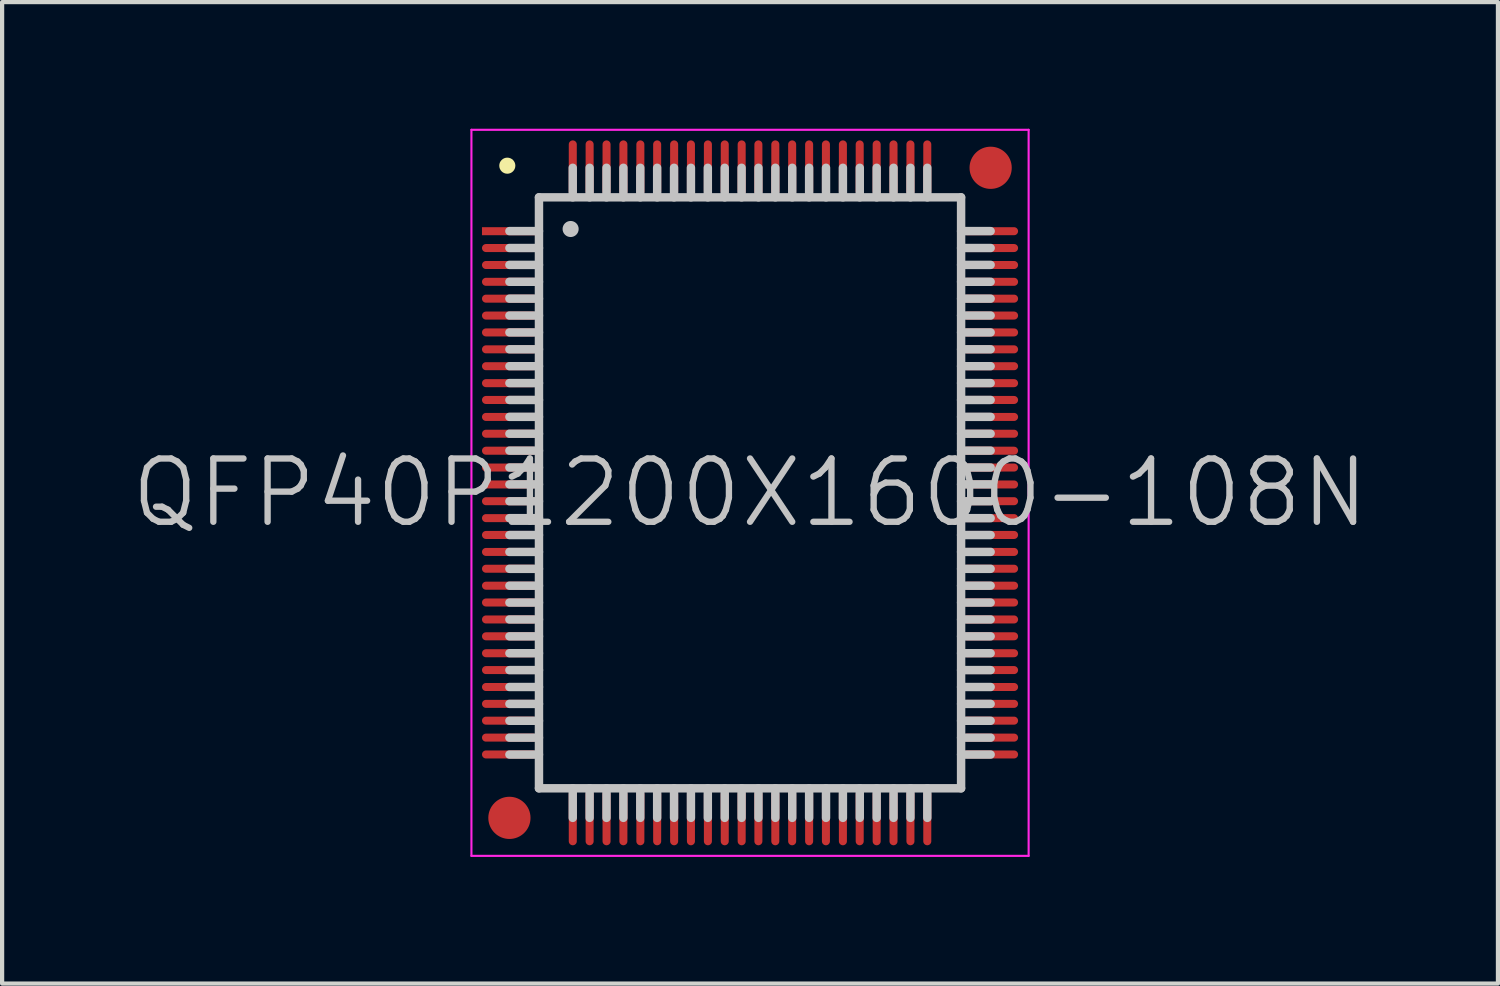
<source format=kicad_pcb>
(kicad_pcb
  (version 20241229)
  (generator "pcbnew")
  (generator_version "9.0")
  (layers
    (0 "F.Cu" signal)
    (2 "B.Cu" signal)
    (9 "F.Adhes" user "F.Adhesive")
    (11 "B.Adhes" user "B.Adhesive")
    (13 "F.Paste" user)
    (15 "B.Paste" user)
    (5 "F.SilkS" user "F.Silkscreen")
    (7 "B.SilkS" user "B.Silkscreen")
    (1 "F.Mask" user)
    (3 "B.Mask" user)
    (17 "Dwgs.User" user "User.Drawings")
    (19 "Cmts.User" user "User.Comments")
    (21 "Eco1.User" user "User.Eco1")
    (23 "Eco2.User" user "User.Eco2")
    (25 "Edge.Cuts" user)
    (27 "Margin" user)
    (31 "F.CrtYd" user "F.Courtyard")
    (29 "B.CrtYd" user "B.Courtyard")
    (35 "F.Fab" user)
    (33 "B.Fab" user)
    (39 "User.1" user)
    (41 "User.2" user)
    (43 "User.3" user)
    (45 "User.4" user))
  (footprint "QFP40P1200X1600-108N"
    (layer "F.Cu")
    (at 14.718 8.625)
    (property "Reference" "QFP40P1200X1600-108N" (at 0 0 0) (layer "Dwgs.User") (effects (font (size 1.5 1.5) (thickness 0.15))))
    (attr smd)
    (fp_line (start -5.75 -7.75) (end -5.75 -7.75) (stroke (width 0.381) (type solid)) (layer "F.SilkS"))
    (fp_line (start -5 -7) (end -5 7) (stroke (width 0.2) (type solid)) (layer "Dwgs.User"))
    (fp_line (start -5 -7) (end 5 -7) (stroke (width 0.2) (type solid)) (layer "Dwgs.User"))
    (fp_line (start -5 -6.2) (end -5.7 -6.2) (stroke (width 0.2) (type solid)) (layer "Dwgs.User"))
    (fp_line (start -5 -5.8) (end -5.7 -5.8) (stroke (width 0.2) (type solid)) (layer "Dwgs.User"))
    (fp_line (start -5 -5.4) (end -5.7 -5.4) (stroke (width 0.2) (type solid)) (layer "Dwgs.User"))
    (fp_line (start -5 -5) (end -5.7 -5) (stroke (width 0.2) (type solid)) (layer "Dwgs.User"))
    (fp_line (start -5 -4.6) (end -5.7 -4.6) (stroke (width 0.2) (type solid)) (layer "Dwgs.User"))
    (fp_line (start -5 -4.2) (end -5.7 -4.2) (stroke (width 0.2) (type solid)) (layer "Dwgs.User"))
    (fp_line (start -5 -3.8) (end -5.7 -3.8) (stroke (width 0.2) (type solid)) (layer "Dwgs.User"))
    (fp_line (start -5 -3.4) (end -5.7 -3.4) (stroke (width 0.2) (type solid)) (layer "Dwgs.User"))
    (fp_line (start -5 -3) (end -5.7 -3) (stroke (width 0.2) (type solid)) (layer "Dwgs.User"))
    (fp_line (start -5 -2.6) (end -5.7 -2.6) (stroke (width 0.2) (type solid)) (layer "Dwgs.User"))
    (fp_line (start -5 -2.2) (end -5.7 -2.2) (stroke (width 0.2) (type solid)) (layer "Dwgs.User"))
    (fp_line (start -5 -1.8) (end -5.7 -1.8) (stroke (width 0.2) (type solid)) (layer "Dwgs.User"))
    (fp_line (start -5 -1.4) (end -5.7 -1.4) (stroke (width 0.2) (type solid)) (layer "Dwgs.User"))
    (fp_line (start -5 -1) (end -5.7 -1) (stroke (width 0.2) (type solid)) (layer "Dwgs.User"))
    (fp_line (start -5 -0.6) (end -5.7 -0.6) (stroke (width 0.2) (type solid)) (layer "Dwgs.User"))
    (fp_line (start -5 -0.2) (end -5.7 -0.2) (stroke (width 0.2) (type solid)) (layer "Dwgs.User"))
    (fp_line (start -5 0.2) (end -5.7 0.2) (stroke (width 0.2) (type solid)) (layer "Dwgs.User"))
    (fp_line (start -5 0.6) (end -5.7 0.6) (stroke (width 0.2) (type solid)) (layer "Dwgs.User"))
    (fp_line (start -5 1) (end -5.7 1) (stroke (width 0.2) (type solid)) (layer "Dwgs.User"))
    (fp_line (start -5 1.4) (end -5.7 1.4) (stroke (width 0.2) (type solid)) (layer "Dwgs.User"))
    (fp_line (start -5 1.8) (end -5.7 1.8) (stroke (width 0.2) (type solid)) (layer "Dwgs.User"))
    (fp_line (start -5 2.2) (end -5.7 2.2) (stroke (width 0.2) (type solid)) (layer "Dwgs.User"))
    (fp_line (start -5 2.6) (end -5.7 2.6) (stroke (width 0.2) (type solid)) (layer "Dwgs.User"))
    (fp_line (start -5 3) (end -5.7 3) (stroke (width 0.2) (type solid)) (layer "Dwgs.User"))
    (fp_line (start -5 3.4) (end -5.7 3.4) (stroke (width 0.2) (type solid)) (layer "Dwgs.User"))
    (fp_line (start -5 3.8) (end -5.7 3.8) (stroke (width 0.2) (type solid)) (layer "Dwgs.User"))
    (fp_line (start -5 4.2) (end -5.7 4.2) (stroke (width 0.2) (type solid)) (layer "Dwgs.User"))
    (fp_line (start -5 4.6) (end -5.7 4.6) (stroke (width 0.2) (type solid)) (layer "Dwgs.User"))
    (fp_line (start -5 5) (end -5.7 5) (stroke (width 0.2) (type solid)) (layer "Dwgs.User"))
    (fp_line (start -5 5.4) (end -5.7 5.4) (stroke (width 0.2) (type solid)) (layer "Dwgs.User"))
    (fp_line (start -5 5.8) (end -5.7 5.8) (stroke (width 0.2) (type solid)) (layer "Dwgs.User"))
    (fp_line (start -5 6.2) (end -5.7 6.2) (stroke (width 0.2) (type solid)) (layer "Dwgs.User"))
    (fp_line (start -5 7) (end 5 7) (stroke (width 0.2) (type solid)) (layer "Dwgs.User"))
    (fp_line (start -4.25 -6.25) (end -4.25 -6.25) (stroke (width 0.381) (type solid)) (layer "Dwgs.User"))
    (fp_line (start -4.2 -7) (end -4.2 -7.7) (stroke (width 0.2) (type solid)) (layer "Dwgs.User"))
    (fp_line (start -4.2 7.7) (end -4.2 7) (stroke (width 0.2) (type solid)) (layer "Dwgs.User"))
    (fp_line (start -3.8 -7) (end -3.8 -7.7) (stroke (width 0.2) (type solid)) (layer "Dwgs.User"))
    (fp_line (start -3.8 7.7) (end -3.8 7) (stroke (width 0.2) (type solid)) (layer "Dwgs.User"))
    (fp_line (start -3.4 -7) (end -3.4 -7.7) (stroke (width 0.2) (type solid)) (layer "Dwgs.User"))
    (fp_line (start -3.4 7.7) (end -3.4 7) (stroke (width 0.2) (type solid)) (layer "Dwgs.User"))
    (fp_line (start -3 -7) (end -3 -7.7) (stroke (width 0.2) (type solid)) (layer "Dwgs.User"))
    (fp_line (start -3 7.7) (end -3 7) (stroke (width 0.2) (type solid)) (layer "Dwgs.User"))
    (fp_line (start -2.6 -7) (end -2.6 -7.7) (stroke (width 0.2) (type solid)) (layer "Dwgs.User"))
    (fp_line (start -2.6 7.7) (end -2.6 7) (stroke (width 0.2) (type solid)) (layer "Dwgs.User"))
    (fp_line (start -2.2 -7) (end -2.2 -7.7) (stroke (width 0.2) (type solid)) (layer "Dwgs.User"))
    (fp_line (start -2.2 7.7) (end -2.2 7) (stroke (width 0.2) (type solid)) (layer "Dwgs.User"))
    (fp_line (start -1.8 -7) (end -1.8 -7.7) (stroke (width 0.2) (type solid)) (layer "Dwgs.User"))
    (fp_line (start -1.8 7.7) (end -1.8 7) (stroke (width 0.2) (type solid)) (layer "Dwgs.User"))
    (fp_line (start -1.4 -7) (end -1.4 -7.7) (stroke (width 0.2) (type solid)) (layer "Dwgs.User"))
    (fp_line (start -1.4 7.7) (end -1.4 7) (stroke (width 0.2) (type solid)) (layer "Dwgs.User"))
    (fp_line (start -1 -7) (end -1 -7.7) (stroke (width 0.2) (type solid)) (layer "Dwgs.User"))
    (fp_line (start -1 7.7) (end -1 7) (stroke (width 0.2) (type solid)) (layer "Dwgs.User"))
    (fp_line (start -0.6 -7) (end -0.6 -7.7) (stroke (width 0.2) (type solid)) (layer "Dwgs.User"))
    (fp_line (start -0.6 7.7) (end -0.6 7) (stroke (width 0.2) (type solid)) (layer "Dwgs.User"))
    (fp_line (start -0.2 -7) (end -0.2 -7.7) (stroke (width 0.2) (type solid)) (layer "Dwgs.User"))
    (fp_line (start -0.2 7.7) (end -0.2 7) (stroke (width 0.2) (type solid)) (layer "Dwgs.User"))
    (fp_line (start 0.2 -7) (end 0.2 -7.7) (stroke (width 0.2) (type solid)) (layer "Dwgs.User"))
    (fp_line (start 0.2 7.7) (end 0.2 7) (stroke (width 0.2) (type solid)) (layer "Dwgs.User"))
    (fp_line (start 0.6 -7) (end 0.6 -7.7) (stroke (width 0.2) (type solid)) (layer "Dwgs.User"))
    (fp_line (start 0.6 7.7) (end 0.6 7) (stroke (width 0.2) (type solid)) (layer "Dwgs.User"))
    (fp_line (start 1 -7) (end 1 -7.7) (stroke (width 0.2) (type solid)) (layer "Dwgs.User"))
    (fp_line (start 1 7.7) (end 1 7) (stroke (width 0.2) (type solid)) (layer "Dwgs.User"))
    (fp_line (start 1.4 -7) (end 1.4 -7.7) (stroke (width 0.2) (type solid)) (layer "Dwgs.User"))
    (fp_line (start 1.4 7.7) (end 1.4 7) (stroke (width 0.2) (type solid)) (layer "Dwgs.User"))
    (fp_line (start 1.8 -7) (end 1.8 -7.7) (stroke (width 0.2) (type solid)) (layer "Dwgs.User"))
    (fp_line (start 1.8 7.7) (end 1.8 7) (stroke (width 0.2) (type solid)) (layer "Dwgs.User"))
    (fp_line (start 2.2 -7) (end 2.2 -7.7) (stroke (width 0.2) (type solid)) (layer "Dwgs.User"))
    (fp_line (start 2.2 7.7) (end 2.2 7) (stroke (width 0.2) (type solid)) (layer "Dwgs.User"))
    (fp_line (start 2.6 -7) (end 2.6 -7.7) (stroke (width 0.2) (type solid)) (layer "Dwgs.User"))
    (fp_line (start 2.6 7.7) (end 2.6 7) (stroke (width 0.2) (type solid)) (layer "Dwgs.User"))
    (fp_line (start 3 -7) (end 3 -7.7) (stroke (width 0.2) (type solid)) (layer "Dwgs.User"))
    (fp_line (start 3 7.7) (end 3 7) (stroke (width 0.2) (type solid)) (layer "Dwgs.User"))
    (fp_line (start 3.4 -7) (end 3.4 -7.7) (stroke (width 0.2) (type solid)) (layer "Dwgs.User"))
    (fp_line (start 3.4 7.7) (end 3.4 7) (stroke (width 0.2) (type solid)) (layer "Dwgs.User"))
    (fp_line (start 3.8 -7) (end 3.8 -7.7) (stroke (width 0.2) (type solid)) (layer "Dwgs.User"))
    (fp_line (start 3.8 7.7) (end 3.8 7) (stroke (width 0.2) (type solid)) (layer "Dwgs.User"))
    (fp_line (start 4.2 -7) (end 4.2 -7.7) (stroke (width 0.2) (type solid)) (layer "Dwgs.User"))
    (fp_line (start 4.2 7.7) (end 4.2 7) (stroke (width 0.2) (type solid)) (layer "Dwgs.User"))
    (fp_line (start 5 -7) (end 5 7) (stroke (width 0.2) (type solid)) (layer "Dwgs.User"))
    (fp_line (start 5.7 -6.2) (end 5 -6.2) (stroke (width 0.2) (type solid)) (layer "Dwgs.User"))
    (fp_line (start 5.7 -5.8) (end 5 -5.8) (stroke (width 0.2) (type solid)) (layer "Dwgs.User"))
    (fp_line (start 5.7 -5.4) (end 5 -5.4) (stroke (width 0.2) (type solid)) (layer "Dwgs.User"))
    (fp_line (start 5.7 -5) (end 5 -5) (stroke (width 0.2) (type solid)) (layer "Dwgs.User"))
    (fp_line (start 5.7 -4.6) (end 5 -4.6) (stroke (width 0.2) (type solid)) (layer "Dwgs.User"))
    (fp_line (start 5.7 -4.2) (end 5 -4.2) (stroke (width 0.2) (type solid)) (layer "Dwgs.User"))
    (fp_line (start 5.7 -3.8) (end 5 -3.8) (stroke (width 0.2) (type solid)) (layer "Dwgs.User"))
    (fp_line (start 5.7 -3.4) (end 5 -3.4) (stroke (width 0.2) (type solid)) (layer "Dwgs.User"))
    (fp_line (start 5.7 -3) (end 5 -3) (stroke (width 0.2) (type solid)) (layer "Dwgs.User"))
    (fp_line (start 5.7 -2.6) (end 5 -2.6) (stroke (width 0.2) (type solid)) (layer "Dwgs.User"))
    (fp_line (start 5.7 -2.2) (end 5 -2.2) (stroke (width 0.2) (type solid)) (layer "Dwgs.User"))
    (fp_line (start 5.7 -1.8) (end 5 -1.8) (stroke (width 0.2) (type solid)) (layer "Dwgs.User"))
    (fp_line (start 5.7 -1.4) (end 5 -1.4) (stroke (width 0.2) (type solid)) (layer "Dwgs.User"))
    (fp_line (start 5.7 -1) (end 5 -1) (stroke (width 0.2) (type solid)) (layer "Dwgs.User"))
    (fp_line (start 5.7 -0.6) (end 5 -0.6) (stroke (width 0.2) (type solid)) (layer "Dwgs.User"))
    (fp_line (start 5.7 -0.2) (end 5 -0.2) (stroke (width 0.2) (type solid)) (layer "Dwgs.User"))
    (fp_line (start 5.7 0.2) (end 5 0.2) (stroke (width 0.2) (type solid)) (layer "Dwgs.User"))
    (fp_line (start 5.7 0.6) (end 5 0.6) (stroke (width 0.2) (type solid)) (layer "Dwgs.User"))
    (fp_line (start 5.7 1) (end 5 1) (stroke (width 0.2) (type solid)) (layer "Dwgs.User"))
    (fp_line (start 5.7 1.4) (end 5 1.4) (stroke (width 0.2) (type solid)) (layer "Dwgs.User"))
    (fp_line (start 5.7 1.8) (end 5 1.8) (stroke (width 0.2) (type solid)) (layer "Dwgs.User"))
    (fp_line (start 5.7 2.2) (end 5 2.2) (stroke (width 0.2) (type solid)) (layer "Dwgs.User"))
    (fp_line (start 5.7 2.6) (end 5 2.6) (stroke (width 0.2) (type solid)) (layer "Dwgs.User"))
    (fp_line (start 5.7 3) (end 5 3) (stroke (width 0.2) (type solid)) (layer "Dwgs.User"))
    (fp_line (start 5.7 3.4) (end 5 3.4) (stroke (width 0.2) (type solid)) (layer "Dwgs.User"))
    (fp_line (start 5.7 3.8) (end 5 3.8) (stroke (width 0.2) (type solid)) (layer "Dwgs.User"))
    (fp_line (start 5.7 4.2) (end 5 4.2) (stroke (width 0.2) (type solid)) (layer "Dwgs.User"))
    (fp_line (start 5.7 4.6) (end 5 4.6) (stroke (width 0.2) (type solid)) (layer "Dwgs.User"))
    (fp_line (start 5.7 5) (end 5 5) (stroke (width 0.2) (type solid)) (layer "Dwgs.User"))
    (fp_line (start 5.7 5.4) (end 5 5.4) (stroke (width 0.2) (type solid)) (layer "Dwgs.User"))
    (fp_line (start 5.7 5.8) (end 5 5.8) (stroke (width 0.2) (type solid)) (layer "Dwgs.User"))
    (fp_line (start 5.7 6.2) (end 5 6.2) (stroke (width 0.2) (type solid)) (layer "Dwgs.User"))
    (fp_line (start -6.6 -8.6) (end -6.6 8.6) (stroke (width 0.05) (type solid)) (layer "F.CrtYd"))
    (fp_line (start -6.6 -8.6) (end 6.6 -8.6) (stroke (width 0.05) (type solid)) (layer "F.CrtYd"))
    (fp_line (start -6.6 8.6) (end 6.6 8.6) (stroke (width 0.05) (type solid)) (layer "F.CrtYd"))
    (fp_line (start 6.6 -8.6) (end 6.6 8.6) (stroke (width 0.05) (type solid)) (layer "F.CrtYd"))
    (pad "" smd circle (at -5.7 7.7) (size 1 1) (layers "F.Cu" "F.Mask"))
    (pad "" smd circle (at 5.7 -7.7) (size 1 1) (layers "F.Cu" "F.Mask"))
    (pad "1" smd rect (at -5.7 -6.198 90) (size 0.19 1.3) (layers "F.Cu" "F.Mask" "F.Paste"))
    (pad "2" smd oval (at -5.7 -5.799 90) (size 0.19 1.3) (layers "F.Cu" "F.Mask" "F.Paste"))
    (pad "3" smd oval (at -5.7 -5.397 90) (size 0.19 1.3) (layers "F.Cu" "F.Mask" "F.Paste"))
    (pad "4" smd oval (at -5.7 -4.999 90) (size 0.19 1.3) (layers "F.Cu" "F.Mask" "F.Paste"))
    (pad "5" smd oval (at -5.7 -4.6 90) (size 0.19 1.3) (layers "F.Cu" "F.Mask" "F.Paste"))
    (pad "6" smd oval (at -5.7 -4.199 90) (size 0.19 1.3) (layers "F.Cu" "F.Mask" "F.Paste"))
    (pad "7" smd oval (at -5.7 -3.8 90) (size 0.19 1.3) (layers "F.Cu" "F.Mask" "F.Paste"))
    (pad "8" smd oval (at -5.7 -3.399 90) (size 0.19 1.3) (layers "F.Cu" "F.Mask" "F.Paste"))
    (pad "9" smd oval (at -5.7 -3 90) (size 0.19 1.3) (layers "F.Cu" "F.Mask" "F.Paste"))
    (pad "10" smd oval (at -5.7 -2.598 90) (size 0.19 1.3) (layers "F.Cu" "F.Mask" "F.Paste"))
    (pad "11" smd oval (at -5.7 -2.2 90) (size 0.19 1.3) (layers "F.Cu" "F.Mask" "F.Paste"))
    (pad "12" smd oval (at -5.7 -1.798 90) (size 0.19 1.3) (layers "F.Cu" "F.Mask" "F.Paste"))
    (pad "13" smd oval (at -5.7 -1.4 90) (size 0.19 1.3) (layers "F.Cu" "F.Mask" "F.Paste"))
    (pad "14" smd oval (at -5.7 -0.998 90) (size 0.19 1.3) (layers "F.Cu" "F.Mask" "F.Paste"))
    (pad "15" smd oval (at -5.7 -0.599 90) (size 0.19 1.3) (layers "F.Cu" "F.Mask" "F.Paste"))
    (pad "16" smd oval (at -5.7 -0.198 90) (size 0.19 1.3) (layers "F.Cu" "F.Mask" "F.Paste"))
    (pad "17" smd oval (at -5.7 0.198 90) (size 0.19 1.3) (layers "F.Cu" "F.Mask" "F.Paste"))
    (pad "18" smd oval (at -5.7 0.599 90) (size 0.19 1.3) (layers "F.Cu" "F.Mask" "F.Paste"))
    (pad "19" smd oval (at -5.7 0.998 90) (size 0.19 1.3) (layers "F.Cu" "F.Mask" "F.Paste"))
    (pad "20" smd oval (at -5.7 1.4 90) (size 0.19 1.3) (layers "F.Cu" "F.Mask" "F.Paste"))
    (pad "21" smd oval (at -5.7 1.798 90) (size 0.19 1.3) (layers "F.Cu" "F.Mask" "F.Paste"))
    (pad "22" smd oval (at -5.7 2.2 90) (size 0.19 1.3) (layers "F.Cu" "F.Mask" "F.Paste"))
    (pad "23" smd oval (at -5.7 2.598 90) (size 0.19 1.3) (layers "F.Cu" "F.Mask" "F.Paste"))
    (pad "24" smd oval (at -5.7 3 90) (size 0.19 1.3) (layers "F.Cu" "F.Mask" "F.Paste"))
    (pad "25" smd oval (at -5.7 3.399 90) (size 0.19 1.3) (layers "F.Cu" "F.Mask" "F.Paste"))
    (pad "26" smd oval (at -5.7 3.8 90) (size 0.19 1.3) (layers "F.Cu" "F.Mask" "F.Paste"))
    (pad "27" smd oval (at -5.7 4.199 90) (size 0.19 1.3) (layers "F.Cu" "F.Mask" "F.Paste"))
    (pad "28" smd oval (at -5.7 4.6 90) (size 0.19 1.3) (layers "F.Cu" "F.Mask" "F.Paste"))
    (pad "29" smd oval (at -5.7 4.999 90) (size 0.19 1.3) (layers "F.Cu" "F.Mask" "F.Paste"))
    (pad "30" smd oval (at -5.7 5.397 90) (size 0.19 1.3) (layers "F.Cu" "F.Mask" "F.Paste"))
    (pad "31" smd oval (at -5.7 5.799 90) (size 0.19 1.3) (layers "F.Cu" "F.Mask" "F.Paste"))
    (pad "32" smd oval (at -5.7 6.198 90) (size 0.19 1.3) (layers "F.Cu" "F.Mask" "F.Paste"))
    (pad "33" smd oval (at -4.199 7.699 180) (size 0.19 1.3) (layers "F.Cu" "F.Mask" "F.Paste"))
    (pad "34" smd oval (at -3.8 7.699 180) (size 0.19 1.3) (layers "F.Cu" "F.Mask" "F.Paste"))
    (pad "35" smd oval (at -3.399 7.699 180) (size 0.19 1.3) (layers "F.Cu" "F.Mask" "F.Paste"))
    (pad "36" smd oval (at -3 7.699 180) (size 0.19 1.3) (layers "F.Cu" "F.Mask" "F.Paste"))
    (pad "37" smd oval (at -2.598 7.699 180) (size 0.19 1.3) (layers "F.Cu" "F.Mask" "F.Paste"))
    (pad "38" smd oval (at -2.2 7.699 180) (size 0.19 1.3) (layers "F.Cu" "F.Mask" "F.Paste"))
    (pad "39" smd oval (at -1.798 7.699 180) (size 0.19 1.3) (layers "F.Cu" "F.Mask" "F.Paste"))
    (pad "40" smd oval (at -1.4 7.699 180) (size 0.19 1.3) (layers "F.Cu" "F.Mask" "F.Paste"))
    (pad "41" smd oval (at -0.998 7.699 180) (size 0.19 1.3) (layers "F.Cu" "F.Mask" "F.Paste"))
    (pad "42" smd oval (at -0.599 7.699 180) (size 0.19 1.3) (layers "F.Cu" "F.Mask" "F.Paste"))
    (pad "43" smd oval (at -0.198 7.699 180) (size 0.19 1.3) (layers "F.Cu" "F.Mask" "F.Paste"))
    (pad "44" smd oval (at 0.198 7.699 180) (size 0.19 1.3) (layers "F.Cu" "F.Mask" "F.Paste"))
    (pad "45" smd oval (at 0.599 7.699 180) (size 0.19 1.3) (layers "F.Cu" "F.Mask" "F.Paste"))
    (pad "46" smd oval (at 0.998 7.699 180) (size 0.19 1.3) (layers "F.Cu" "F.Mask" "F.Paste"))
    (pad "47" smd oval (at 1.4 7.699 180) (size 0.19 1.3) (layers "F.Cu" "F.Mask" "F.Paste"))
    (pad "48" smd oval (at 1.798 7.699 180) (size 0.19 1.3) (layers "F.Cu" "F.Mask" "F.Paste"))
    (pad "49" smd oval (at 2.2 7.699 180) (size 0.19 1.3) (layers "F.Cu" "F.Mask" "F.Paste"))
    (pad "50" smd oval (at 2.598 7.699 180) (size 0.19 1.3) (layers "F.Cu" "F.Mask" "F.Paste"))
    (pad "51" smd oval (at 3 7.699 180) (size 0.19 1.3) (layers "F.Cu" "F.Mask" "F.Paste"))
    (pad "52" smd oval (at 3.399 7.699 180) (size 0.19 1.3) (layers "F.Cu" "F.Mask" "F.Paste"))
    (pad "53" smd oval (at 3.8 7.699 180) (size 0.19 1.3) (layers "F.Cu" "F.Mask" "F.Paste"))
    (pad "54" smd oval (at 4.199 7.699 180) (size 0.19 1.3) (layers "F.Cu" "F.Mask" "F.Paste"))
    (pad "55" smd oval (at 5.7 6.198 270) (size 0.19 1.3) (layers "F.Cu" "F.Mask" "F.Paste"))
    (pad "56" smd oval (at 5.7 5.799 270) (size 0.19 1.3) (layers "F.Cu" "F.Mask" "F.Paste"))
    (pad "57" smd oval (at 5.7 5.397 270) (size 0.19 1.3) (layers "F.Cu" "F.Mask" "F.Paste"))
    (pad "58" smd oval (at 5.7 4.999 270) (size 0.19 1.3) (layers "F.Cu" "F.Mask" "F.Paste"))
    (pad "59" smd oval (at 5.7 4.6 270) (size 0.19 1.3) (layers "F.Cu" "F.Mask" "F.Paste"))
    (pad "60" smd oval (at 5.7 4.199 270) (size 0.19 1.3) (layers "F.Cu" "F.Mask" "F.Paste"))
    (pad "61" smd oval (at 5.7 3.8 270) (size 0.19 1.3) (layers "F.Cu" "F.Mask" "F.Paste"))
    (pad "62" smd oval (at 5.7 3.399 270) (size 0.19 1.3) (layers "F.Cu" "F.Mask" "F.Paste"))
    (pad "63" smd oval (at 5.7 3 270) (size 0.19 1.3) (layers "F.Cu" "F.Mask" "F.Paste"))
    (pad "64" smd oval (at 5.7 2.598 270) (size 0.19 1.3) (layers "F.Cu" "F.Mask" "F.Paste"))
    (pad "65" smd oval (at 5.7 2.2 270) (size 0.19 1.3) (layers "F.Cu" "F.Mask" "F.Paste"))
    (pad "66" smd oval (at 5.7 1.798 270) (size 0.19 1.3) (layers "F.Cu" "F.Mask" "F.Paste"))
    (pad "67" smd oval (at 5.7 1.4 270) (size 0.19 1.3) (layers "F.Cu" "F.Mask" "F.Paste"))
    (pad "68" smd oval (at 5.7 0.998 270) (size 0.19 1.3) (layers "F.Cu" "F.Mask" "F.Paste"))
    (pad "69" smd oval (at 5.7 0.599 270) (size 0.19 1.3) (layers "F.Cu" "F.Mask" "F.Paste"))
    (pad "70" smd oval (at 5.7 0.198 270) (size 0.19 1.3) (layers "F.Cu" "F.Mask" "F.Paste"))
    (pad "71" smd oval (at 5.7 -0.198 270) (size 0.19 1.3) (layers "F.Cu" "F.Mask" "F.Paste"))
    (pad "72" smd oval (at 5.7 -0.599 270) (size 0.19 1.3) (layers "F.Cu" "F.Mask" "F.Paste"))
    (pad "73" smd oval (at 5.7 -0.998 270) (size 0.19 1.3) (layers "F.Cu" "F.Mask" "F.Paste"))
    (pad "74" smd oval (at 5.7 -1.4 270) (size 0.19 1.3) (layers "F.Cu" "F.Mask" "F.Paste"))
    (pad "75" smd oval (at 5.7 -1.798 270) (size 0.19 1.3) (layers "F.Cu" "F.Mask" "F.Paste"))
    (pad "76" smd oval (at 5.7 -2.2 270) (size 0.19 1.3) (layers "F.Cu" "F.Mask" "F.Paste"))
    (pad "77" smd oval (at 5.7 -2.598 270) (size 0.19 1.3) (layers "F.Cu" "F.Mask" "F.Paste"))
    (pad "78" smd oval (at 5.7 -3 270) (size 0.19 1.3) (layers "F.Cu" "F.Mask" "F.Paste"))
    (pad "79" smd oval (at 5.7 -3.399 270) (size 0.19 1.3) (layers "F.Cu" "F.Mask" "F.Paste"))
    (pad "80" smd oval (at 5.7 -3.8 270) (size 0.19 1.3) (layers "F.Cu" "F.Mask" "F.Paste"))
    (pad "81" smd oval (at 5.7 -4.199 270) (size 0.19 1.3) (layers "F.Cu" "F.Mask" "F.Paste"))
    (pad "82" smd oval (at 5.7 -4.6 270) (size 0.19 1.3) (layers "F.Cu" "F.Mask" "F.Paste"))
    (pad "83" smd oval (at 5.7 -4.999 270) (size 0.19 1.3) (layers "F.Cu" "F.Mask" "F.Paste"))
    (pad "84" smd oval (at 5.7 -5.397 270) (size 0.19 1.3) (layers "F.Cu" "F.Mask" "F.Paste"))
    (pad "85" smd oval (at 5.7 -5.799 270) (size 0.19 1.3) (layers "F.Cu" "F.Mask" "F.Paste"))
    (pad "86" smd oval (at 5.7 -6.198 270) (size 0.19 1.3) (layers "F.Cu" "F.Mask" "F.Paste"))
    (pad "87" smd oval (at 4.199 -7.699) (size 0.19 1.3) (layers "F.Cu" "F.Mask" "F.Paste"))
    (pad "88" smd oval (at 3.8 -7.699) (size 0.19 1.3) (layers "F.Cu" "F.Mask" "F.Paste"))
    (pad "89" smd oval (at 3.399 -7.699) (size 0.19 1.3) (layers "F.Cu" "F.Mask" "F.Paste"))
    (pad "90" smd oval (at 3 -7.699) (size 0.19 1.3) (layers "F.Cu" "F.Mask" "F.Paste"))
    (pad "91" smd oval (at 2.598 -7.699) (size 0.19 1.3) (layers "F.Cu" "F.Mask" "F.Paste"))
    (pad "92" smd oval (at 2.2 -7.699) (size 0.19 1.3) (layers "F.Cu" "F.Mask" "F.Paste"))
    (pad "93" smd oval (at 1.798 -7.699) (size 0.19 1.3) (layers "F.Cu" "F.Mask" "F.Paste"))
    (pad "94" smd oval (at 1.4 -7.699) (size 0.19 1.3) (layers "F.Cu" "F.Mask" "F.Paste"))
    (pad "95" smd oval (at 0.998 -7.699) (size 0.19 1.3) (layers "F.Cu" "F.Mask" "F.Paste"))
    (pad "96" smd oval (at 0.599 -7.699) (size 0.19 1.3) (layers "F.Cu" "F.Mask" "F.Paste"))
    (pad "97" smd oval (at 0.198 -7.699) (size 0.19 1.3) (layers "F.Cu" "F.Mask" "F.Paste"))
    (pad "98" smd oval (at -0.198 -7.699) (size 0.19 1.3) (layers "F.Cu" "F.Mask" "F.Paste"))
    (pad "99" smd oval (at -0.599 -7.699) (size 0.19 1.3) (layers "F.Cu" "F.Mask" "F.Paste"))
    (pad "100" smd oval (at -0.998 -7.699) (size 0.19 1.3) (layers "F.Cu" "F.Mask" "F.Paste"))
    (pad "101" smd oval (at -1.4 -7.699) (size 0.19 1.3) (layers "F.Cu" "F.Mask" "F.Paste"))
    (pad "102" smd oval (at -1.798 -7.699) (size 0.19 1.3) (layers "F.Cu" "F.Mask" "F.Paste"))
    (pad "103" smd oval (at -2.2 -7.699) (size 0.19 1.3) (layers "F.Cu" "F.Mask" "F.Paste"))
    (pad "104" smd oval (at -2.598 -7.699) (size 0.19 1.3) (layers "F.Cu" "F.Mask" "F.Paste"))
    (pad "105" smd oval (at -3 -7.699) (size 0.19 1.3) (layers "F.Cu" "F.Mask" "F.Paste"))
    (pad "106" smd oval (at -3.399 -7.699) (size 0.19 1.3) (layers "F.Cu" "F.Mask" "F.Paste"))
    (pad "107" smd oval (at -3.8 -7.699) (size 0.19 1.3) (layers "F.Cu" "F.Mask" "F.Paste"))
    (pad "108" smd oval (at -4.199 -7.699) (size 0.19 1.3) (layers "F.Cu" "F.Mask" "F.Paste")))
  (gr_rect
    (start -3 -3)
    (end 32.436 20.25)
    (stroke (width 0.1) (type default))
    (fill no)
    (layer "Edge.Cuts")))
</source>
